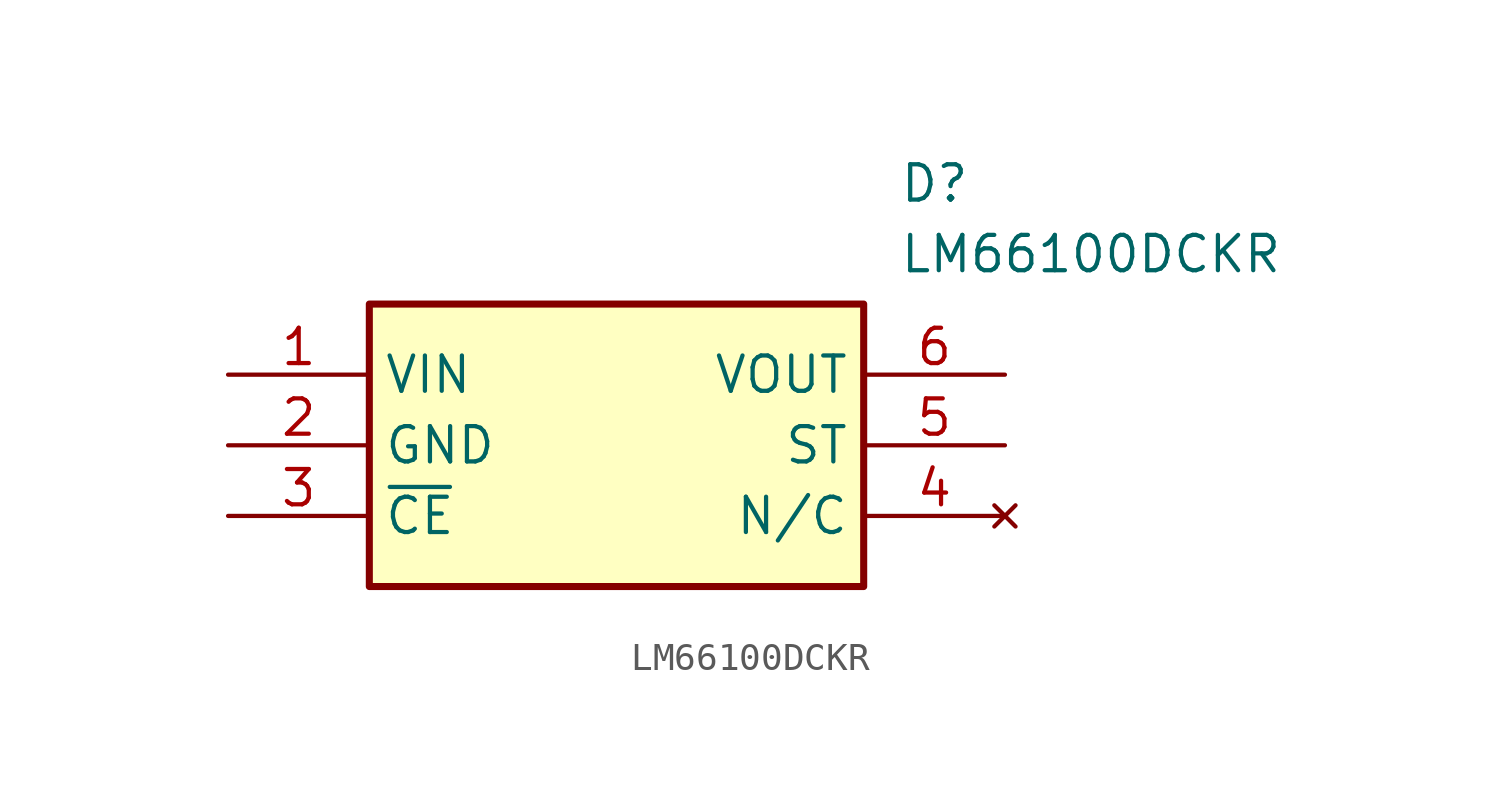
<source format=kicad_sym>
(kicad_symbol_lib
  (version 20241209)
  (generator "kicad_symbol_editor")
  (generator_version "9.0")
  (symbol "LM66100DCKR"
    (property "Reference" "D"
      (at 24.13 7.62 0)
      (effects (font (size 1.27 1.27)) (justify left top)))
    (property "Value" "LM66100DCKR"
      (at 24.13 5.08 0)
      (effects (font (size 1.27 1.27)) (justify left top)))
    (symbol "LM66100DCKR_1_1"
      (rectangle (start 5.08 2.54) (end 22.86 -7.62) (stroke (width 0.254) (type default)) (fill (type background)))
      (pin passive line (at 0 0 0) (length 5.08) (name "VIN" (effects (font (size 1.27 1.27)))) (number "1" (effects (font (size 1.27 1.27)))))
      (pin passive line (at 0 -2.54 0) (length 5.08) (name "GND" (effects (font (size 1.27 1.27)))) (number "2" (effects (font (size 1.27 1.27)))))
      (pin passive line (at 0 -5.08 0) (length 5.08) (name "~{CE}" (effects (font (size 1.27 1.27)))) (number "3" (effects (font (size 1.27 1.27)))))
      (pin passive line (at 27.94 0 180) (length 5.08) (name "VOUT" (effects (font (size 1.27 1.27)))) (number "6" (effects (font (size 1.27 1.27)))))
      (pin passive line (at 27.94 -2.54 180) (length 5.08) (name "ST" (effects (font (size 1.27 1.27)))) (number "5" (effects (font (size 1.27 1.27)))))
      (pin no_connect line (at 27.94 -5.08 180) (length 5.08) (name "N/C" (effects (font (size 1.27 1.27)))) (number "4" (effects (font (size 1.27 1.27))))))))
</source>
